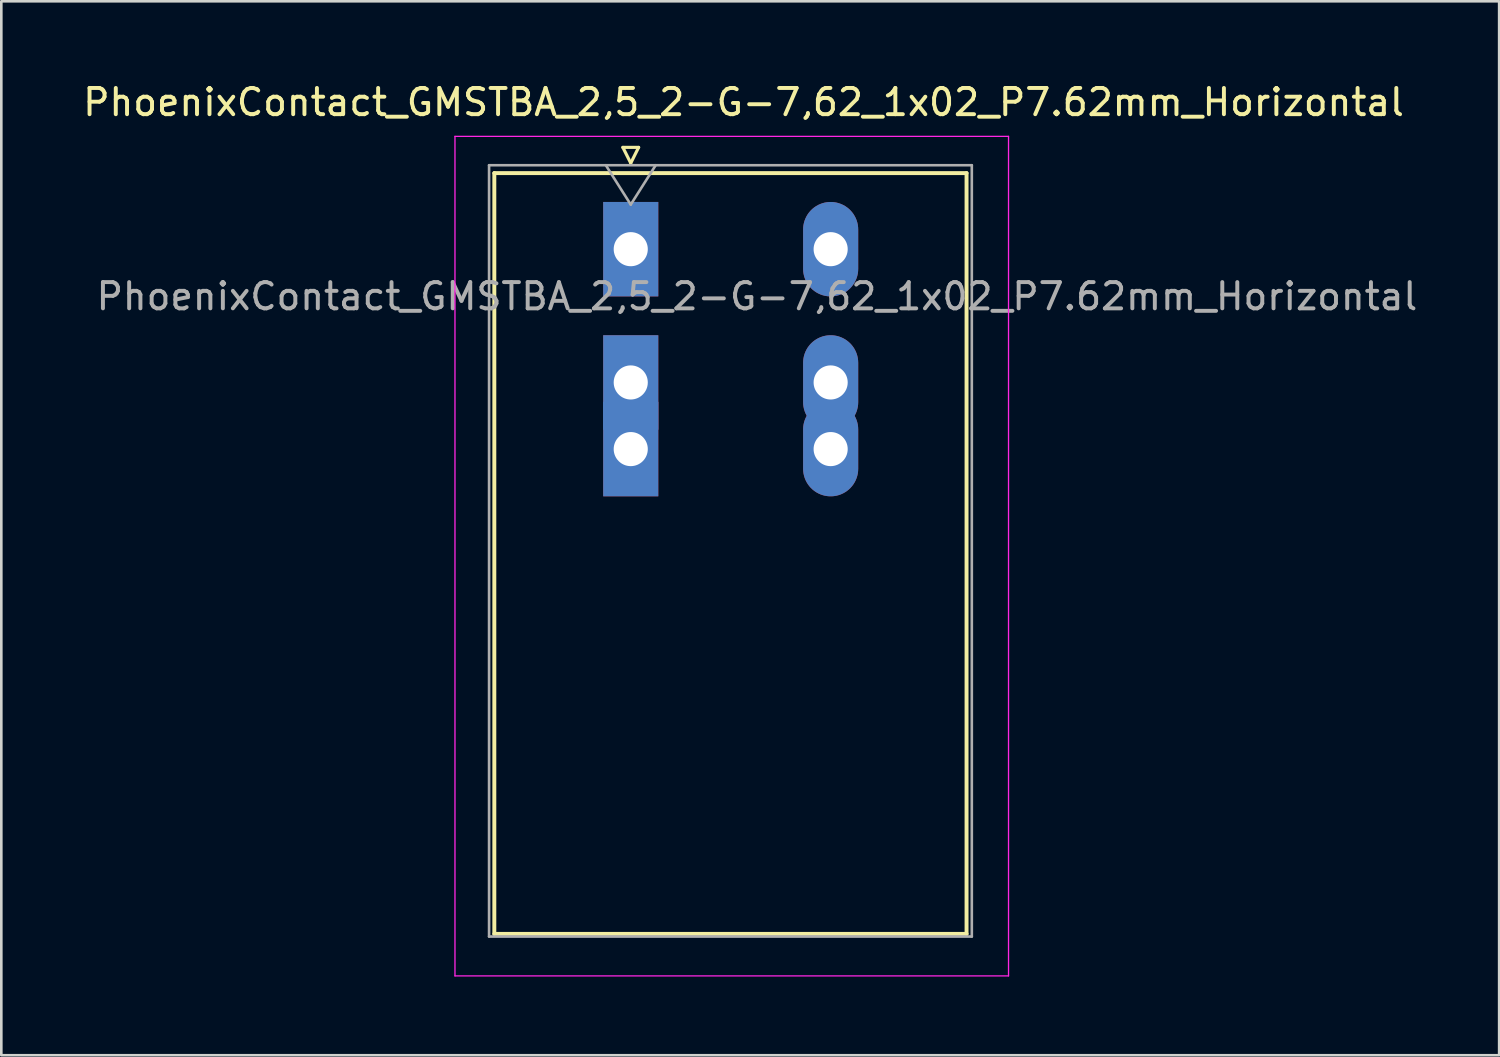
<source format=kicad_pcb>
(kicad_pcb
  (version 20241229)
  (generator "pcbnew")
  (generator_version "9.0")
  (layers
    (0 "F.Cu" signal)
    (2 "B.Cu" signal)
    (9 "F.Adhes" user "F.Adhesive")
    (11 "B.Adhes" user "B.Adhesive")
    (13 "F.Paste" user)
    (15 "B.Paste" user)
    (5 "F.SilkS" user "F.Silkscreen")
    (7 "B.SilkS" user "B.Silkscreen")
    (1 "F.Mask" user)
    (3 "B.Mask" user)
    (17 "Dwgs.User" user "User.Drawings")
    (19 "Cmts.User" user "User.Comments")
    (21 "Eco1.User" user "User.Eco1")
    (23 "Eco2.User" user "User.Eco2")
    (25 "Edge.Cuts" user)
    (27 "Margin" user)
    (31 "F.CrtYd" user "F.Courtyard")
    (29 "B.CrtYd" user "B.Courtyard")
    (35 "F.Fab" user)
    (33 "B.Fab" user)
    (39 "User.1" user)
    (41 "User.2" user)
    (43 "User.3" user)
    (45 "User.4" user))
  (footprint "PhoenixContact_GMSTBA_2,5_2-G-7,62_1x02_P7.62mm_Horizontal"
    (layer "F.Cu")
    (at 20.992 6.448)
    (property "Reference" "PhoenixContact_GMSTBA_2,5_2-G-7,62_1x02_P7.62mm_Horizontal" (at 4.3 -5.6 0) (layer "F.SilkS") (effects (font (size 1 1) (thickness 0.15))))
    (attr through_hole)
    (fp_line (start -5.2 -2.9) (end 12.8 -2.9) (stroke (width 0.15) (type solid)) (layer "F.SilkS"))
    (fp_line (start -5.2 26.1) (end -5.2 -2.9) (stroke (width 0.15) (type solid)) (layer "F.SilkS"))
    (fp_line (start -0.3 -3.88) (end 0.3 -3.88) (stroke (width 0.12) (type solid)) (layer "F.SilkS"))
    (fp_line (start 0 -3.28) (end -0.3 -3.88) (stroke (width 0.12) (type solid)) (layer "F.SilkS"))
    (fp_line (start 0.3 -3.88) (end 0 -3.28) (stroke (width 0.12) (type solid)) (layer "F.SilkS"))
    (fp_line (start 12.8 -2.9) (end 12.8 26.1) (stroke (width 0.15) (type solid)) (layer "F.SilkS"))
    (fp_line (start 12.8 26.1) (end -5.2 26.1) (stroke (width 0.15) (type solid)) (layer "F.SilkS"))
    (fp_line (start -6.7 -4.3) (end -6.7 27.7) (stroke (width 0.05) (type solid)) (layer "F.CrtYd"))
    (fp_line (start -6.7 27.7) (end 14.4 27.7) (stroke (width 0.05) (type solid)) (layer "F.CrtYd"))
    (fp_line (start 14.4 -4.3) (end -6.7 -4.3) (stroke (width 0.05) (type solid)) (layer "F.CrtYd"))
    (fp_line (start 14.4 27.7) (end 14.4 -4.3) (stroke (width 0.05) (type solid)) (layer "F.CrtYd"))
    (fp_line (start -5.4 -3.2) (end -5.4 26.2) (stroke (width 0.1) (type solid)) (layer "F.Fab"))
    (fp_line (start -5.4 26.2) (end 13 26.2) (stroke (width 0.1) (type solid)) (layer "F.Fab"))
    (fp_line (start 0 -1.7) (end -0.95 -3.2) (stroke (width 0.1) (type solid)) (layer "F.Fab"))
    (fp_line (start 0.95 -3.2) (end 0 -1.7) (stroke (width 0.1) (type solid)) (layer "F.Fab"))
    (fp_line (start 13 -3.2) (end -5.4 -3.2) (stroke (width 0.1) (type solid)) (layer "F.Fab"))
    (fp_line (start 13 26.2) (end 13 -3.2) (stroke (width 0.1) (type solid)) (layer "F.Fab"))
    (fp_text user "${REFERENCE}" (at 4.81 1.8 0) (layer "F.Fab") (effects (font (size 1 1) (thickness 0.15))))
    (pad "1" thru_hole rect (at 0 0) (size 2.1 3.6) (drill 1.3) (layers "*.Cu" "*.Mask"))
    (pad "1" thru_hole rect (at 0 5.08) (size 2.1 3.6) (drill 1.3) (layers "*.Cu" "*.Mask"))
    (pad "1" thru_hole rect (at 0 7.62) (size 2.1 3.6) (drill 1.3) (layers "*.Cu" "*.Mask"))
    (pad "2" thru_hole oval (at 7.62 0) (size 2.1 3.6) (drill 1.3) (layers "*.Cu" "*.Mask"))
    (pad "2" thru_hole oval (at 7.62 5.08) (size 2.1 3.6) (drill 1.3) (layers "*.Cu" "*.Mask"))
    (pad "2" thru_hole oval (at 7.62 7.62) (size 2.1 3.6) (drill 1.3) (layers "*.Cu" "*.Mask")))
  (gr_rect
    (start -3 -3)
    (end 54.093 37.173)
    (stroke (width 0.1) (type default))
    (fill no)
    (layer "Edge.Cuts")))
</source>
